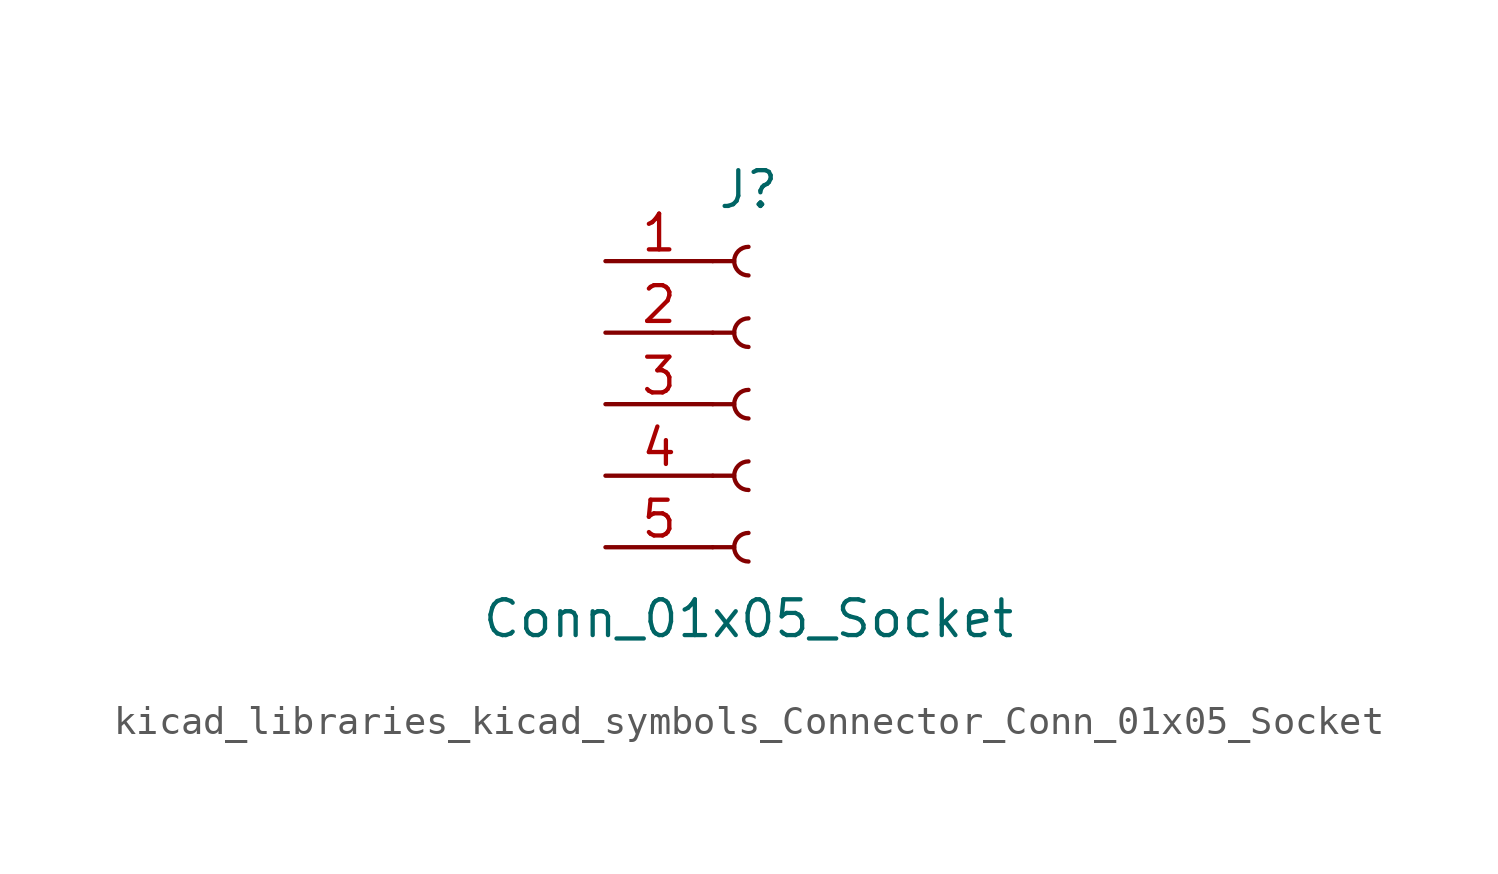
<source format=kicad_sym>
(kicad_symbol_lib
  (version 20220914)
  (generator kicad_symbol_editor)
  (symbol "kicad_libraries_kicad_symbols_Connector_Conn_01x05_Socket"
    (pin_names
      (offset 1.016) hide)
    (property "Reference" "J"
      (at 0 7.62 0)
      (effects (font (size 1.27 1.27))))
    (property "Value" "Conn_01x05_Socket"
      (at 0 -7.62 0)
      (effects (font (size 1.27 1.27))))
    (property "ki_locked" ""
      (at 0 0 0)
      (effects (font (size 1.27 1.27))))
    (symbol "kicad_libraries_kicad_symbols_Connector_Conn_01x05_Socket_1_1"
      (arc (start 0 -4.572) (mid -0.5058 -5.08) (end 0 -5.588) (stroke (width 0.1524) (type default)) (fill (type none)))
      (arc (start 0 -2.032) (mid -0.5058 -2.54) (end 0 -3.048) (stroke (width 0.1524) (type default)) (fill (type none)))
      (polyline (pts (xy -1.27 -5.08) (xy -0.508 -5.08)) (stroke (width 0.152) (type default)) (fill (type none)))
      (polyline (pts (xy -1.27 -2.54) (xy -0.508 -2.54)) (stroke (width 0.152) (type default)) (fill (type none)))
      (polyline (pts (xy -1.27 0) (xy -0.508 0)) (stroke (width 0.152) (type default)) (fill (type none)))
      (polyline (pts (xy -1.27 2.54) (xy -0.508 2.54)) (stroke (width 0.152) (type default)) (fill (type none)))
      (polyline (pts (xy -1.27 5.08) (xy -0.508 5.08)) (stroke (width 0.152) (type default)) (fill (type none)))
      (arc (start 0 0.508) (mid -0.5058 0) (end 0 -0.508) (stroke (width 0.1524) (type default)) (fill (type none)))
      (arc (start 0 3.048) (mid -0.5058 2.54) (end 0 2.032) (stroke (width 0.1524) (type default)) (fill (type none)))
      (arc (start 0 5.588) (mid -0.5058 5.08) (end 0 4.572) (stroke (width 0.1524) (type default)) (fill (type none)))
      (pin passive line (at -5.08 5.08 0) (length 3.81) (name "Pin_1" (effects (font (size 1.27 1.27)))) (number "1" (effects (font (size 1.27 1.27)))))
      (pin passive line (at -5.08 2.54 0) (length 3.81) (name "Pin_2" (effects (font (size 1.27 1.27)))) (number "2" (effects (font (size 1.27 1.27)))))
      (pin passive line (at -5.08 0 0) (length 3.81) (name "Pin_3" (effects (font (size 1.27 1.27)))) (number "3" (effects (font (size 1.27 1.27)))))
      (pin passive line (at -5.08 -2.54 0) (length 3.81) (name "Pin_4" (effects (font (size 1.27 1.27)))) (number "4" (effects (font (size 1.27 1.27)))))
      (pin passive line (at -5.08 -5.08 0) (length 3.81) (name "Pin_5" (effects (font (size 1.27 1.27)))) (number "5" (effects (font (size 1.27 1.27))))))))
</source>
